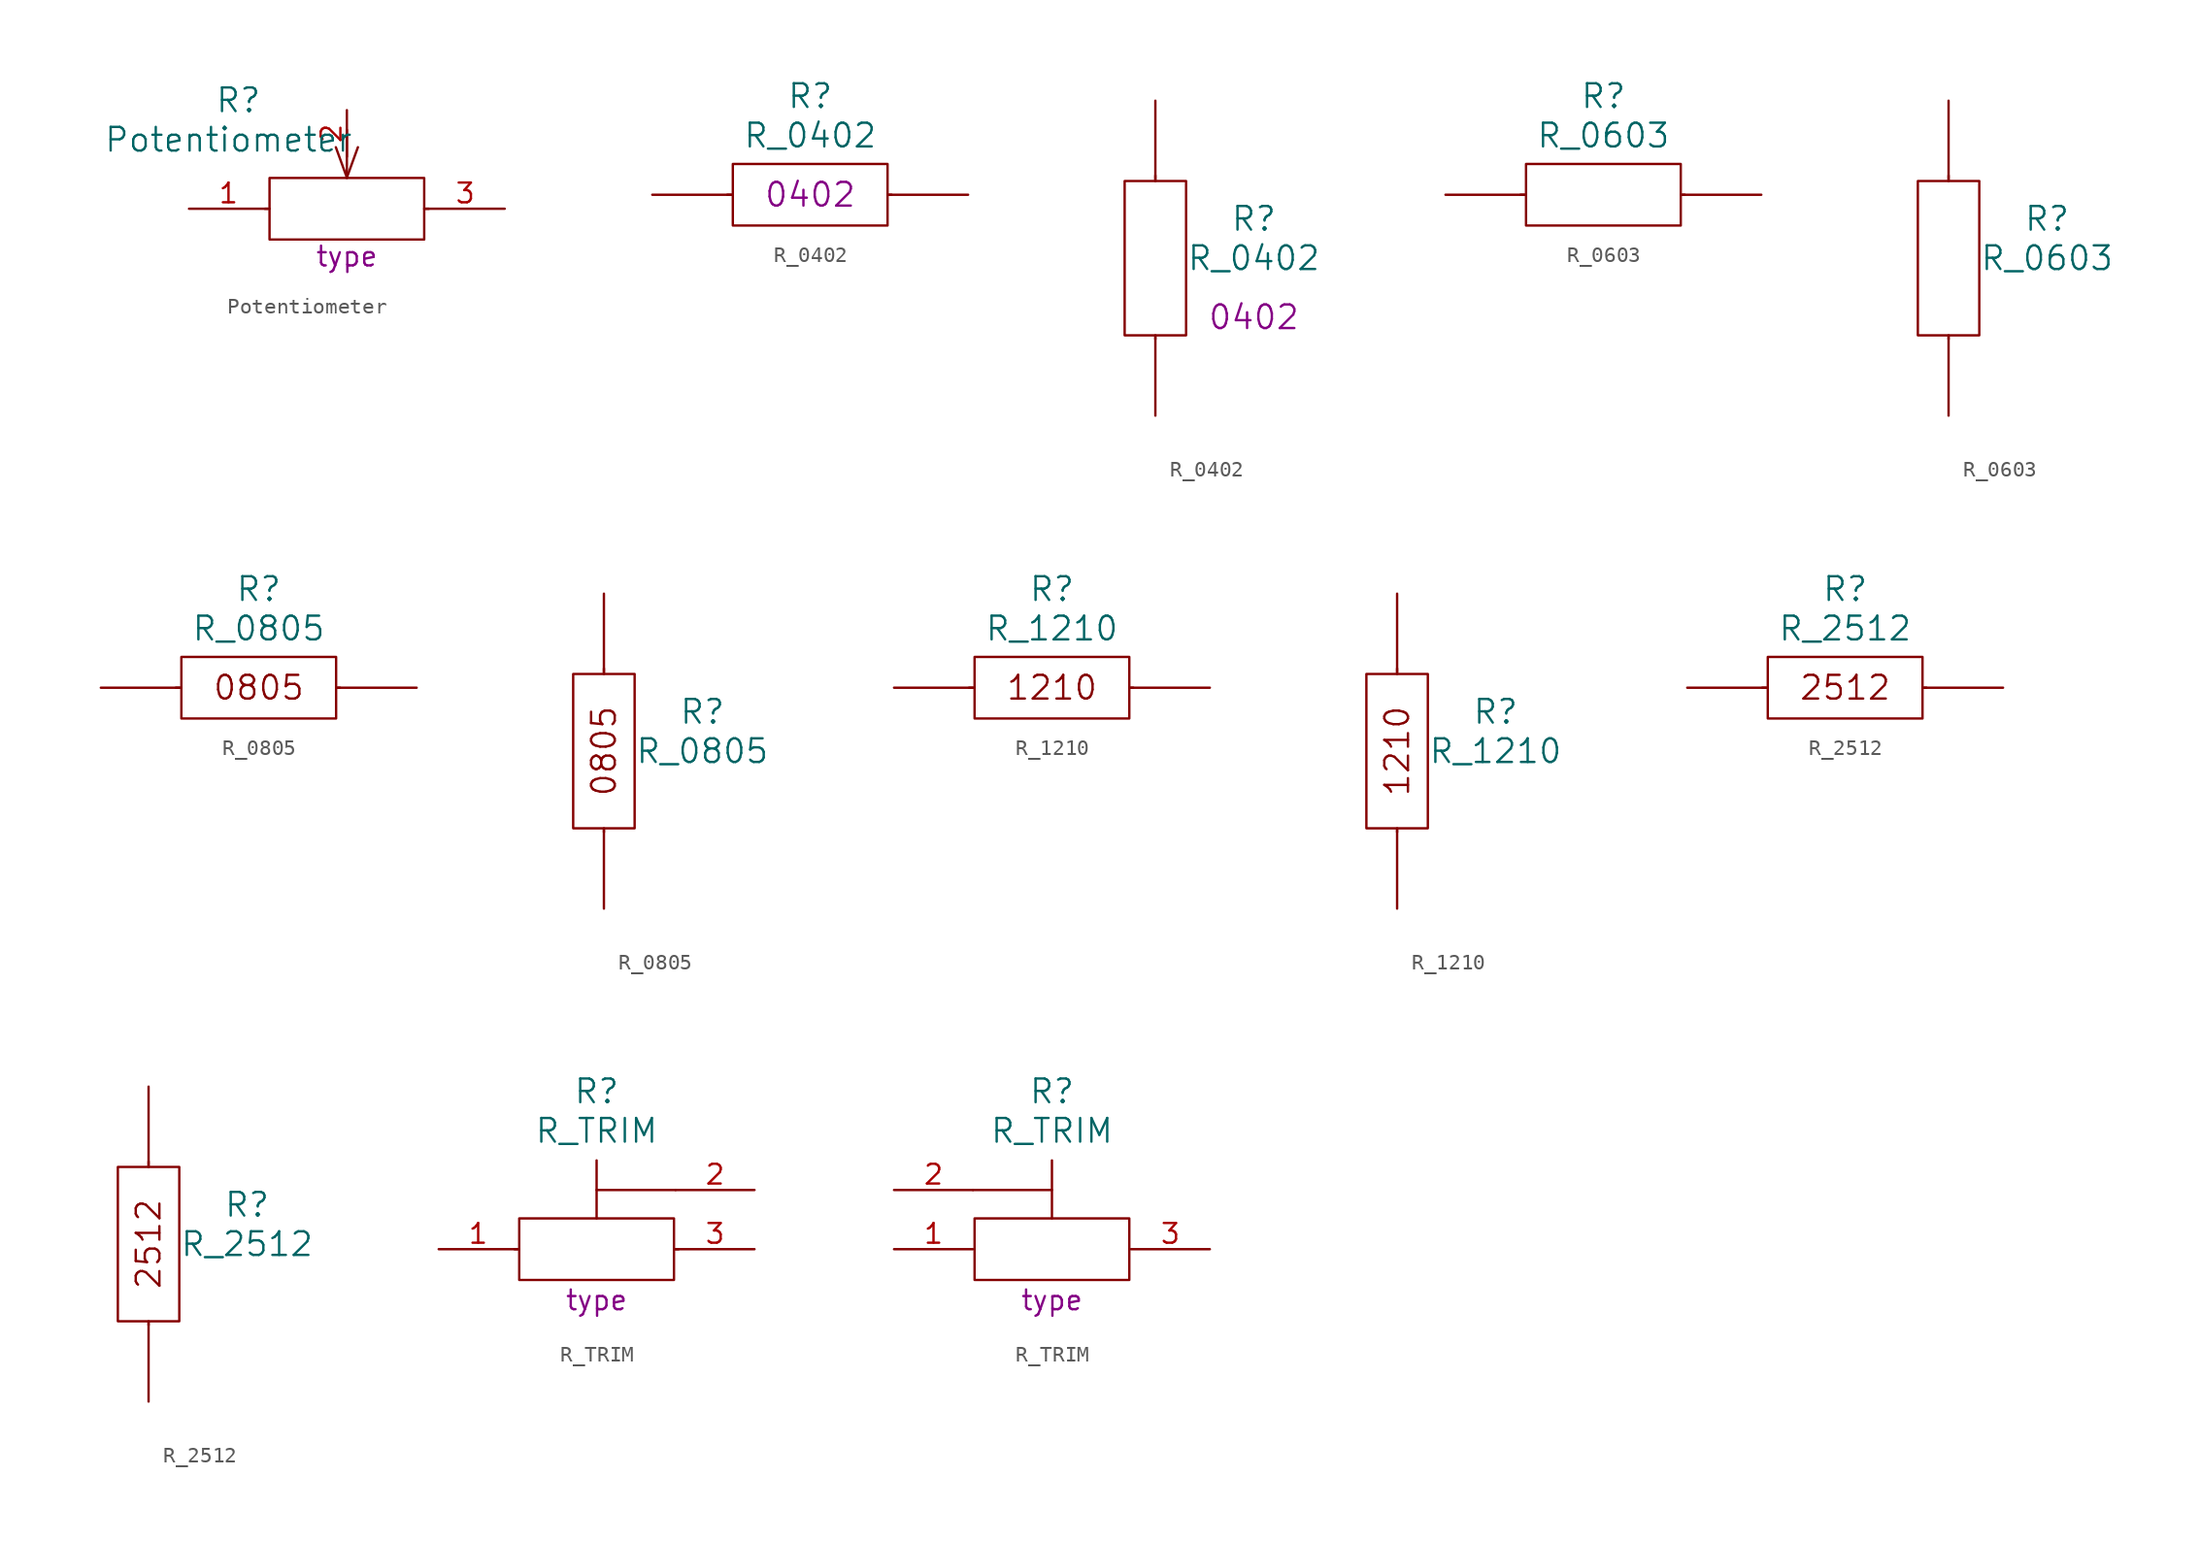
<source format=kicad_sym>
(kicad_symbol_lib
  (version 20220914)
  (generator kicad_symbol_editor)
  (symbol "Potentiometer"
    (pin_names
      (offset 1.016) hide)
    (property "Reference" "R"
      (at -6.985 6.985 0)
      (effects (font (size 1.524 1.524))))
    (property "Value" "Potentiometer"
      (at -7.62 4.445 0)
      (effects (font (size 1.524 1.524))))
    (property "Footprint" ""
      (at -10.16 0 0)
      (effects (font (size 1.524 1.524))))
    (property "Datasheet" ""
      (at -10.16 0 0)
      (effects (font (size 1.524 1.524))))
    (property "Type" "type"
      (at 0 -3.81 0)
      (effects (font (size 1.27 1.27)) (justify bottom)))
    (symbol "Potentiometer_0_1"
      (rectangle (start -4.978 1.981) (end 4.978 -1.981) (stroke (width 0) (type solid)) (fill (type none)))
      (polyline (pts (xy -4.978 0) (xy -5.283 0)) (stroke (width 0) (type solid)) (fill (type none)))
      (polyline (pts (xy 0 5.08) (xy 0 1.981)) (stroke (width 0) (type solid)) (fill (type none)))
      (polyline (pts (xy 4.978 0) (xy 5.283 0)) (stroke (width 0) (type solid)) (fill (type none)))
      (polyline (pts (xy -0.711 3.962) (xy 0 2.007) (xy 0.711 3.962)) (stroke (width 0) (type solid)) (fill (type none))))
    (symbol "Potentiometer_1_1"
      (pin passive line (at -10.16 0 0) (length 5.08) (name "1" (effects (font (size 1.27 1.27)))) (number "1" (effects (font (size 1.27 1.27)))))
      (pin passive line (at 0 6.35 270) (length 2.997) (name "2" (effects (font (size 1.27 1.27)))) (number "2" (effects (font (size 1.27 1.27)))))
      (pin passive line (at 10.16 0 180) (length 5.08) (name "3" (effects (font (size 1.27 1.27)))) (number "3" (effects (font (size 1.27 1.27)))))))
  (symbol "R_0402"
    (pin_numbers hide)
    (pin_names
      (offset 1.016) hide)
    (property "Reference" "R"
      (at 0 6.35 0)
      (effects (font (size 1.524 1.524))))
    (property "Value" "R_0402"
      (at 0 3.81 0)
      (effects (font (size 1.524 1.524))))
    (property "Datasheet" ""
      (at -10.16 0 0)
      (effects (font (size 1.524 1.524))))
    (property "Case" "0402"
      (at 0 0 0)
      (effects (font (size 1.524 1.524))))
    (symbol "R_0402_0_1"
      (rectangle (start -4.978 1.981) (end 4.978 -1.981) (stroke (width 0) (type solid)) (fill (type none)))
      (polyline (pts (xy -4.978 0) (xy -5.334 0)) (stroke (width 0) (type solid)) (fill (type none)))
      (polyline (pts (xy 4.978 0) (xy 5.232 0)) (stroke (width 0) (type solid)) (fill (type none))))
    (symbol "R_0402_0_2"
      (rectangle (start -4.369 8.788) (end -8.331 -1.168) (stroke (width 0) (type solid)) (fill (type none)))
      (polyline (pts (xy -6.35 -1.168) (xy -6.35 -1.422)) (stroke (width 0) (type solid)) (fill (type none)))
      (polyline (pts (xy -6.35 8.788) (xy -6.35 9.144)) (stroke (width 0) (type solid)) (fill (type none))))
    (symbol "R_0402_1_1"
      (pin passive line (at -10.16 0 0) (length 5.08) (name "~" (effects (font (size 1.27 1.27)))) (number "1" (effects (font (size 1.27 1.27)))))
      (pin passive line (at 10.16 0 180) (length 5.08) (name "~" (effects (font (size 1.27 1.27)))) (number "2" (effects (font (size 1.27 1.27))))))
    (symbol "R_0402_1_2"
      (pin passive line (at -6.35 13.97 270) (length 5.08) (name "~" (effects (font (size 1.27 1.27)))) (number "1" (effects (font (size 1.27 1.27)))))
      (pin passive line (at -6.35 -6.35 90) (length 5.08) (name "~" (effects (font (size 1.27 1.27)))) (number "2" (effects (font (size 1.27 1.27)))))))
  (symbol "R_0603"
    (pin_numbers hide)
    (pin_names
      (offset 1.016) hide)
    (property "Reference" "R"
      (at 0 6.35 0)
      (effects (font (size 1.524 1.524))))
    (property "Value" "R_0603"
      (at 0 3.81 0)
      (effects (font (size 1.524 1.524))))
    (property "Datasheet" ""
      (at -10.16 0 0)
      (effects (font (size 1.524 1.524))))
    (symbol "R_0603_0_1"
      (rectangle (start -4.978 1.981) (end 4.978 -1.981) (stroke (width 0) (type solid)) (fill (type none)))
      (polyline (pts (xy -4.978 0) (xy -5.334 0)) (stroke (width 0) (type solid)) (fill (type none)))
      (polyline (pts (xy 4.978 0) (xy 5.232 0)) (stroke (width 0) (type solid)) (fill (type none))))
    (symbol "R_0603_0_2"
      (rectangle (start -4.369 8.788) (end -8.331 -1.168) (stroke (width 0) (type solid)) (fill (type none)))
      (polyline (pts (xy -6.35 -1.168) (xy -6.35 -1.422)) (stroke (width 0) (type solid)) (fill (type none)))
      (polyline (pts (xy -6.35 8.788) (xy -6.35 9.144)) (stroke (width 0) (type solid)) (fill (type none))))
    (symbol "R_0603_1_1"
      (pin passive line (at -10.16 0 0) (length 5.08) (name "~" (effects (font (size 1.27 1.27)))) (number "1" (effects (font (size 1.27 1.27)))))
      (pin passive line (at 10.16 0 180) (length 5.08) (name "~" (effects (font (size 1.27 1.27)))) (number "2" (effects (font (size 1.27 1.27))))))
    (symbol "R_0603_1_2"
      (pin passive line (at -6.35 13.97 270) (length 5.08) (name "~" (effects (font (size 1.27 1.27)))) (number "1" (effects (font (size 1.27 1.27)))))
      (pin passive line (at -6.35 -6.35 90) (length 5.08) (name "~" (effects (font (size 1.27 1.27)))) (number "2" (effects (font (size 1.27 1.27)))))))
  (symbol "R_0805"
    (pin_numbers hide)
    (pin_names
      (offset 1.016) hide)
    (property "Reference" "R"
      (at 0 6.35 0)
      (effects (font (size 1.524 1.524))))
    (property "Value" "R_0805"
      (at 0 3.81 0)
      (effects (font (size 1.524 1.524))))
    (property "Datasheet" ""
      (at -10.16 0 0)
      (effects (font (size 1.524 1.524))))
    (symbol "R_0805_0_1"
      (rectangle (start -4.978 1.981) (end 4.978 -1.981) (stroke (width 0) (type solid)) (fill (type none)))
      (polyline (pts (xy -4.978 0) (xy -5.334 0)) (stroke (width 0) (type solid)) (fill (type none)))
      (polyline (pts (xy 4.978 0) (xy 5.232 0)) (stroke (width 0) (type solid)) (fill (type none)))
      (text "0805" (at 0 0 0) (effects (font (size 1.524 1.524)))))
    (symbol "R_0805_0_2"
      (rectangle (start -4.369 8.788) (end -8.331 -1.168) (stroke (width 0) (type solid)) (fill (type none)))
      (polyline (pts (xy -6.35 -1.168) (xy -6.35 -1.422)) (stroke (width 0) (type solid)) (fill (type none)))
      (polyline (pts (xy -6.35 8.788) (xy -6.35 9.144)) (stroke (width 0) (type solid)) (fill (type none)))
      (text "0805" (at -6.35 3.81 900) (effects (font (size 1.524 1.524)))))
    (symbol "R_0805_1_1"
      (pin passive line (at -10.16 0 0) (length 5.08) (name "~" (effects (font (size 1.27 1.27)))) (number "1" (effects (font (size 1.27 1.27)))))
      (pin passive line (at 10.16 0 180) (length 5.08) (name "~" (effects (font (size 1.27 1.27)))) (number "2" (effects (font (size 1.27 1.27))))))
    (symbol "R_0805_1_2"
      (pin passive line (at -6.35 13.97 270) (length 5.08) (name "~" (effects (font (size 1.27 1.27)))) (number "1" (effects (font (size 1.27 1.27)))))
      (pin passive line (at -6.35 -6.35 90) (length 5.08) (name "~" (effects (font (size 1.27 1.27)))) (number "2" (effects (font (size 1.27 1.27)))))))
  (symbol "R_1210"
    (pin_numbers hide)
    (pin_names
      (offset 1.016) hide)
    (property "Reference" "R"
      (at 0 6.35 0)
      (effects (font (size 1.524 1.524))))
    (property "Value" "R_1210"
      (at 0 3.81 0)
      (effects (font (size 1.524 1.524))))
    (property "Datasheet" ""
      (at -10.16 0 0)
      (effects (font (size 1.524 1.524))))
    (symbol "R_1210_0_1"
      (rectangle (start -4.978 1.981) (end 4.978 -1.981) (stroke (width 0) (type solid)) (fill (type none)))
      (polyline (pts (xy -4.978 0) (xy -5.334 0)) (stroke (width 0) (type solid)) (fill (type none)))
      (polyline (pts (xy 4.978 0) (xy 5.232 0)) (stroke (width 0) (type solid)) (fill (type none)))
      (text "1210" (at 0 0 0) (effects (font (size 1.524 1.524)))))
    (symbol "R_1210_0_2"
      (rectangle (start -4.369 8.788) (end -8.331 -1.168) (stroke (width 0) (type solid)) (fill (type none)))
      (polyline (pts (xy -6.35 -1.168) (xy -6.35 -1.422)) (stroke (width 0) (type solid)) (fill (type none)))
      (polyline (pts (xy -6.35 8.788) (xy -6.35 9.144)) (stroke (width 0) (type solid)) (fill (type none)))
      (text "1210" (at -6.35 3.81 900) (effects (font (size 1.524 1.524)))))
    (symbol "R_1210_1_1"
      (pin passive line (at -10.16 0 0) (length 5.08) (name "~" (effects (font (size 1.27 1.27)))) (number "1" (effects (font (size 1.27 1.27)))))
      (pin passive line (at 10.16 0 180) (length 5.08) (name "~" (effects (font (size 1.27 1.27)))) (number "2" (effects (font (size 1.27 1.27))))))
    (symbol "R_1210_1_2"
      (pin passive line (at -6.35 13.97 270) (length 5.08) (name "~" (effects (font (size 1.27 1.27)))) (number "1" (effects (font (size 1.27 1.27)))))
      (pin passive line (at -6.35 -6.35 90) (length 5.08) (name "~" (effects (font (size 1.27 1.27)))) (number "2" (effects (font (size 1.27 1.27)))))))
  (symbol "R_2512"
    (pin_numbers hide)
    (pin_names
      (offset 1.016) hide)
    (property "Reference" "R"
      (at 0 6.35 0)
      (effects (font (size 1.524 1.524))))
    (property "Value" "R_2512"
      (at 0 3.81 0)
      (effects (font (size 1.524 1.524))))
    (property "Datasheet" ""
      (at -10.16 0 0)
      (effects (font (size 1.524 1.524))))
    (symbol "R_2512_0_1"
      (rectangle (start -4.978 1.981) (end 4.978 -1.981) (stroke (width 0) (type solid)) (fill (type none)))
      (polyline (pts (xy -4.978 0) (xy -5.334 0)) (stroke (width 0) (type solid)) (fill (type none)))
      (polyline (pts (xy 4.978 0) (xy 5.232 0)) (stroke (width 0) (type solid)) (fill (type none)))
      (text "2512" (at 0 0 0) (effects (font (size 1.524 1.524)))))
    (symbol "R_2512_0_2"
      (rectangle (start -4.369 8.788) (end -8.331 -1.168) (stroke (width 0) (type solid)) (fill (type none)))
      (polyline (pts (xy -6.35 -1.168) (xy -6.35 -1.422)) (stroke (width 0) (type solid)) (fill (type none)))
      (polyline (pts (xy -6.35 8.788) (xy -6.35 9.144)) (stroke (width 0) (type solid)) (fill (type none)))
      (text "2512" (at -6.35 3.81 900) (effects (font (size 1.524 1.524)))))
    (symbol "R_2512_1_1"
      (pin passive line (at -10.16 0 0) (length 5.08) (name "~" (effects (font (size 1.27 1.27)))) (number "1" (effects (font (size 1.27 1.27)))))
      (pin passive line (at 10.16 0 180) (length 5.08) (name "~" (effects (font (size 1.27 1.27)))) (number "2" (effects (font (size 1.27 1.27))))))
    (symbol "R_2512_1_2"
      (pin passive line (at -6.35 13.97 270) (length 5.08) (name "~" (effects (font (size 1.27 1.27)))) (number "1" (effects (font (size 1.27 1.27)))))
      (pin passive line (at -6.35 -6.35 90) (length 5.08) (name "~" (effects (font (size 1.27 1.27)))) (number "2" (effects (font (size 1.27 1.27)))))))
  (symbol "R_TRIM"
    (pin_names
      (offset 1.016) hide)
    (property "Reference" "R"
      (at 0 10.16 0)
      (effects (font (size 1.524 1.524))))
    (property "Value" "R_TRIM"
      (at 0 7.62 0)
      (effects (font (size 1.524 1.524))))
    (property "Footprint" ""
      (at -10.16 0 0)
      (effects (font (size 1.524 1.524))))
    (property "Datasheet" ""
      (at -10.16 0 0)
      (effects (font (size 1.524 1.524))))
    (property "Type" "type"
      (at 0 -2.54 0)
      (effects (font (size 1.27 1.27)) (justify top)))
    (symbol "R_TRIM_0_0"
      (rectangle (start -4.978 1.981) (end 4.978 -1.981) (stroke (width 0) (type solid)) (fill (type none)))
      (polyline (pts (xy 0 1.981) (xy 0 5.715)) (stroke (width 0) (type solid)) (fill (type none))))
    (symbol "R_TRIM_0_1"
      (polyline (pts (xy -4.978 0) (xy -5.283 0)) (stroke (width 0) (type solid)) (fill (type none)))
      (polyline (pts (xy 4.978 0) (xy 5.283 0)) (stroke (width 0) (type solid)) (fill (type none)))
      (polyline (pts (xy 5.08 3.81) (xy 0 3.81)) (stroke (width 0) (type solid)) (fill (type none))))
    (symbol "R_TRIM_0_2"
      (polyline (pts (xy -5.08 3.81) (xy 0 3.81)) (stroke (width 0) (type solid)) (fill (type none))))
    (symbol "R_TRIM_1_1"
      (pin passive line (at -10.16 0 0) (length 5.08) (name "1" (effects (font (size 1.27 1.27)))) (number "1" (effects (font (size 1.27 1.27)))))
      (pin passive line (at 10.16 3.81 180) (length 5.08) (name "2" (effects (font (size 1.27 1.27)))) (number "2" (effects (font (size 1.27 1.27)))))
      (pin passive line (at 10.16 0 180) (length 5.08) (name "3" (effects (font (size 1.27 1.27)))) (number "3" (effects (font (size 1.27 1.27))))))
    (symbol "R_TRIM_1_2"
      (pin passive line (at -10.16 0 0) (length 5.08) (name "1" (effects (font (size 1.27 1.27)))) (number "1" (effects (font (size 1.27 1.27)))))
      (pin passive line (at -10.16 3.81 0) (length 5.08) (name "2" (effects (font (size 1.27 1.27)))) (number "2" (effects (font (size 1.27 1.27)))))
      (pin passive line (at 10.16 0 180) (length 5.08) (name "3" (effects (font (size 1.27 1.27)))) (number "3" (effects (font (size 1.27 1.27))))))))
</source>
